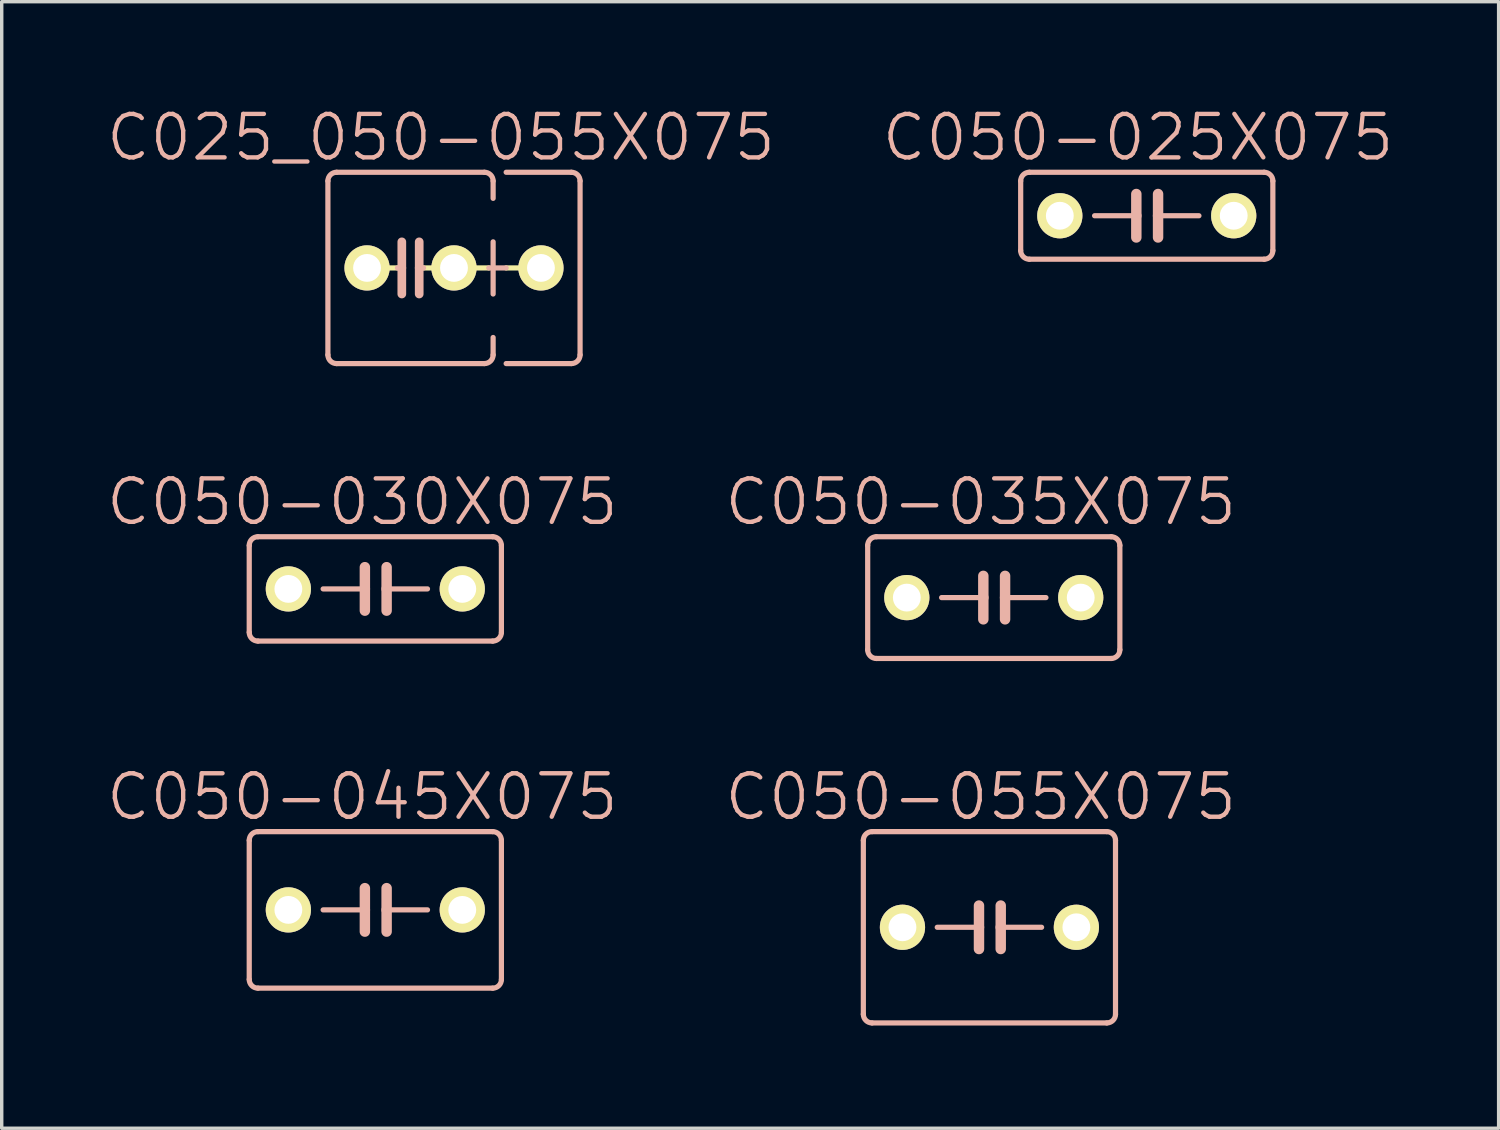
<source format=kicad_pcb>
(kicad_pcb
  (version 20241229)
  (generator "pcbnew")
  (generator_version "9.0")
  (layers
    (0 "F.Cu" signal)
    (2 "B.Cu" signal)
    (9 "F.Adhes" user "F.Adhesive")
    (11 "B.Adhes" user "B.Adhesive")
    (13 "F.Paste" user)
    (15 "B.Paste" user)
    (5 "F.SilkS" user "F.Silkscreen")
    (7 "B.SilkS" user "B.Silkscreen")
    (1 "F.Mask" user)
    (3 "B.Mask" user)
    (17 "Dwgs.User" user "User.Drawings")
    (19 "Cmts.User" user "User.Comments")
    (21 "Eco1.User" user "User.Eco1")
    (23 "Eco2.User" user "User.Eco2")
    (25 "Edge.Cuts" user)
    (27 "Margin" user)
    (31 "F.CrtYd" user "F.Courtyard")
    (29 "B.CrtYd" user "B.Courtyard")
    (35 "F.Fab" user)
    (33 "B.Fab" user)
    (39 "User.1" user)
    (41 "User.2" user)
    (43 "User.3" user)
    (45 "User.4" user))
  (footprint "C050-030X075"
    (layer "F.Cu")
    (at 7.913 14.152)
    (property "Reference" "C050-030X075" (at -0.381 -2.54 0) (layer "B.SilkS") (effects (font (size 1.27 1.27) (thickness 0.127))))
    (attr exclude_from_pos_files exclude_from_bom)
    (fp_line (start -3.683 -1.27) (end -3.683 1.27) (stroke (width 0.152) (type solid)) (layer "B.SilkS"))
    (fp_line (start -3.429 1.524) (end 3.429 1.524) (stroke (width 0.152) (type solid)) (layer "B.SilkS"))
    (fp_line (start -0.305 -0.635) (end -0.305 0) (stroke (width 0.305) (type solid)) (layer "B.SilkS"))
    (fp_line (start -0.305 0) (end -1.524 0) (stroke (width 0.152) (type solid)) (layer "B.SilkS"))
    (fp_line (start -0.305 0) (end -0.305 0.635) (stroke (width 0.305) (type solid)) (layer "B.SilkS"))
    (fp_line (start 0.33 -0.635) (end 0.33 0) (stroke (width 0.305) (type solid)) (layer "B.SilkS"))
    (fp_line (start 0.33 0) (end 0.33 0.635) (stroke (width 0.305) (type solid)) (layer "B.SilkS"))
    (fp_line (start 0.33 0) (end 1.524 0) (stroke (width 0.152) (type solid)) (layer "B.SilkS"))
    (fp_line (start 3.429 -1.524) (end -3.429 -1.524) (stroke (width 0.152) (type solid)) (layer "B.SilkS"))
    (fp_line (start 3.683 1.27) (end 3.683 -1.27) (stroke (width 0.152) (type solid)) (layer "B.SilkS"))
    (fp_arc (start -3.683 -1.27) (mid -3.608605 -1.449605) (end -3.429 -1.524) (stroke (width 0.1524) (type solid)) (layer "B.SilkS"))
    (fp_arc (start -3.429 1.524) (mid -3.608605 1.449605) (end -3.683 1.27) (stroke (width 0.1524) (type solid)) (layer "B.SilkS"))
    (fp_arc (start 3.429 -1.524) (mid 3.608605 -1.449605) (end 3.683 -1.27) (stroke (width 0.1524) (type solid)) (layer "B.SilkS"))
    (fp_arc (start 3.683 1.27) (mid 3.608605 1.449605) (end 3.429 1.524) (stroke (width 0.1524) (type solid)) (layer "B.SilkS"))
    (pad "1" thru_hole circle (at -2.54 0) (size 1.321 1.321) (drill 0.813) (layers "*.Cu" "F.Mask" "F.SilkS" "F.Paste"))
    (pad "2" thru_hole circle (at 2.54 0) (size 1.321 1.321) (drill 0.813) (layers "*.Cu" "F.Mask" "F.SilkS" "F.Paste")))
  (footprint "C025_050-055X075"
    (layer "F.Cu")
    (at 8.941 4.776)
    (property "Reference" "C025_050-055X075" (at 0.889 -3.81 0) (layer "B.SilkS") (effects (font (size 1.27 1.27) (thickness 0.127))))
    (attr exclude_from_pos_files exclude_from_bom)
    (fp_line (start -0.381 0) (end -0.762 0) (stroke (width 0.152) (type solid)) (layer "F.SilkS"))
    (fp_line (start 0.381 0) (end 0.762 0) (stroke (width 0.152) (type solid)) (layer "F.SilkS"))
    (fp_line (start 1.778 0) (end 2.286 0) (stroke (width 0.152) (type solid)) (layer "F.SilkS"))
    (fp_line (start 2.794 0) (end 3.302 0) (stroke (width 0.152) (type solid)) (layer "F.SilkS"))
    (fp_line (start -2.413 -2.54) (end -2.413 2.54) (stroke (width 0.152) (type solid)) (layer "B.SilkS"))
    (fp_line (start -2.159 -2.794) (end 2.159 -2.794) (stroke (width 0.152) (type solid)) (layer "B.SilkS"))
    (fp_line (start -0.254 -0.762) (end -0.254 0) (stroke (width 0.254) (type solid)) (layer "B.SilkS"))
    (fp_line (start -0.254 0) (end -0.381 0) (stroke (width 0.152) (type solid)) (layer "B.SilkS"))
    (fp_line (start -0.254 0) (end -0.254 0.762) (stroke (width 0.254) (type solid)) (layer "B.SilkS"))
    (fp_line (start 0.254 0) (end 0.254 -0.762) (stroke (width 0.254) (type solid)) (layer "B.SilkS"))
    (fp_line (start 0.254 0) (end 0.254 0.762) (stroke (width 0.254) (type solid)) (layer "B.SilkS"))
    (fp_line (start 0.381 0) (end 0.254 0) (stroke (width 0.152) (type solid)) (layer "B.SilkS"))
    (fp_line (start 2.159 2.794) (end -2.159 2.794) (stroke (width 0.152) (type solid)) (layer "B.SilkS"))
    (fp_line (start 2.286 0) (end 2.794 0) (stroke (width 0.152) (type solid)) (layer "B.SilkS"))
    (fp_line (start 2.413 -2.54) (end 2.413 -2.032) (stroke (width 0.152) (type solid)) (layer "B.SilkS"))
    (fp_line (start 2.413 -0.762) (end 2.413 0.762) (stroke (width 0.152) (type solid)) (layer "B.SilkS"))
    (fp_line (start 2.413 2.032) (end 2.413 2.54) (stroke (width 0.152) (type solid)) (layer "B.SilkS"))
    (fp_line (start 2.794 -2.794) (end 4.699 -2.794) (stroke (width 0.152) (type solid)) (layer "B.SilkS"))
    (fp_line (start 4.699 2.794) (end 2.794 2.794) (stroke (width 0.152) (type solid)) (layer "B.SilkS"))
    (fp_line (start 4.953 -2.54) (end 4.953 2.54) (stroke (width 0.152) (type solid)) (layer "B.SilkS"))
    (fp_arc (start -2.413 -2.54) (mid -2.338605 -2.719605) (end -2.159 -2.794) (stroke (width 0.1524) (type solid)) (layer "B.SilkS"))
    (fp_arc (start -2.159 2.794) (mid -2.338605 2.719605) (end -2.413 2.54) (stroke (width 0.1524) (type solid)) (layer "B.SilkS"))
    (fp_arc (start 2.159 -2.794) (mid 2.338605 -2.719605) (end 2.413 -2.54) (stroke (width 0.1524) (type solid)) (layer "B.SilkS"))
    (fp_arc (start 2.413 2.54) (mid 2.338605 2.719605) (end 2.159 2.794) (stroke (width 0.1524) (type solid)) (layer "B.SilkS"))
    (fp_arc (start 4.699 -2.794) (mid 4.878605 -2.719605) (end 4.953 -2.54) (stroke (width 0.1524) (type solid)) (layer "B.SilkS"))
    (fp_arc (start 4.953 2.54) (mid 4.878605 2.719605) (end 4.699 2.794) (stroke (width 0.1524) (type solid)) (layer "B.SilkS"))
    (pad "1" thru_hole circle (at -1.27 0) (size 1.321 1.321) (drill 0.813) (layers "*.Cu" "F.Mask" "F.SilkS" "F.Paste"))
    (pad "2" thru_hole circle (at 1.27 0) (size 1.321 1.321) (drill 0.813) (layers "*.Cu" "F.Mask" "F.SilkS" "F.Paste"))
    (pad "3" thru_hole circle (at 3.81 0) (size 1.321 1.321) (drill 0.813) (layers "*.Cu" "F.Mask" "F.SilkS" "F.Paste")))
  (footprint "C050-045X075"
    (layer "F.Cu")
    (at 7.913 23.528)
    (property "Reference" "C050-045X075" (at -0.381 -3.302 0) (layer "B.SilkS") (effects (font (size 1.27 1.27) (thickness 0.127))))
    (attr exclude_from_pos_files exclude_from_bom)
    (fp_line (start -3.683 -2.032) (end -3.683 2.032) (stroke (width 0.152) (type solid)) (layer "B.SilkS"))
    (fp_line (start -3.429 2.286) (end 3.429 2.286) (stroke (width 0.152) (type solid)) (layer "B.SilkS"))
    (fp_line (start -0.305 -0.635) (end -0.305 0) (stroke (width 0.305) (type solid)) (layer "B.SilkS"))
    (fp_line (start -0.305 0) (end -1.524 0) (stroke (width 0.152) (type solid)) (layer "B.SilkS"))
    (fp_line (start -0.305 0) (end -0.305 0.635) (stroke (width 0.305) (type solid)) (layer "B.SilkS"))
    (fp_line (start 0.33 -0.635) (end 0.33 0) (stroke (width 0.305) (type solid)) (layer "B.SilkS"))
    (fp_line (start 0.33 0) (end 0.33 0.635) (stroke (width 0.305) (type solid)) (layer "B.SilkS"))
    (fp_line (start 0.33 0) (end 1.524 0) (stroke (width 0.152) (type solid)) (layer "B.SilkS"))
    (fp_line (start 3.429 -2.286) (end -3.429 -2.286) (stroke (width 0.152) (type solid)) (layer "B.SilkS"))
    (fp_line (start 3.683 2.032) (end 3.683 -2.032) (stroke (width 0.152) (type solid)) (layer "B.SilkS"))
    (fp_arc (start -3.683 -2.032) (mid -3.608605 -2.211605) (end -3.429 -2.286) (stroke (width 0.1524) (type solid)) (layer "B.SilkS"))
    (fp_arc (start -3.429 2.286) (mid -3.608605 2.211605) (end -3.683 2.032) (stroke (width 0.1524) (type solid)) (layer "B.SilkS"))
    (fp_arc (start 3.429 -2.286) (mid 3.608605 -2.211605) (end 3.683 -2.032) (stroke (width 0.1524) (type solid)) (layer "B.SilkS"))
    (fp_arc (start 3.683 2.032) (mid 3.608605 2.211605) (end 3.429 2.286) (stroke (width 0.1524) (type solid)) (layer "B.SilkS"))
    (pad "1" thru_hole circle (at -2.54 0) (size 1.321 1.321) (drill 0.813) (layers "*.Cu" "F.Mask" "F.SilkS" "F.Paste"))
    (pad "2" thru_hole circle (at 2.54 0) (size 1.321 1.321) (drill 0.813) (layers "*.Cu" "F.Mask" "F.SilkS" "F.Paste")))
  (footprint "C050-055X075"
    (layer "F.Cu")
    (at 25.851 24.036)
    (property "Reference" "C050-055X075" (at -0.254 -3.81 0) (layer "B.SilkS") (effects (font (size 1.27 1.27) (thickness 0.127))))
    (attr exclude_from_pos_files exclude_from_bom)
    (fp_line (start -3.683 -2.54) (end -3.683 2.54) (stroke (width 0.152) (type solid)) (layer "B.SilkS"))
    (fp_line (start -3.429 2.794) (end 3.429 2.794) (stroke (width 0.152) (type solid)) (layer "B.SilkS"))
    (fp_line (start -0.305 -0.635) (end -0.305 0) (stroke (width 0.305) (type solid)) (layer "B.SilkS"))
    (fp_line (start -0.305 0) (end -1.524 0) (stroke (width 0.152) (type solid)) (layer "B.SilkS"))
    (fp_line (start -0.305 0) (end -0.305 0.635) (stroke (width 0.305) (type solid)) (layer "B.SilkS"))
    (fp_line (start 0.33 -0.635) (end 0.33 0) (stroke (width 0.305) (type solid)) (layer "B.SilkS"))
    (fp_line (start 0.33 0) (end 0.33 0.635) (stroke (width 0.305) (type solid)) (layer "B.SilkS"))
    (fp_line (start 0.33 0) (end 1.524 0) (stroke (width 0.152) (type solid)) (layer "B.SilkS"))
    (fp_line (start 3.429 -2.794) (end -3.429 -2.794) (stroke (width 0.152) (type solid)) (layer "B.SilkS"))
    (fp_line (start 3.683 2.54) (end 3.683 -2.54) (stroke (width 0.152) (type solid)) (layer "B.SilkS"))
    (fp_arc (start -3.683 -2.54) (mid -3.608605 -2.719605) (end -3.429 -2.794) (stroke (width 0.1524) (type solid)) (layer "B.SilkS"))
    (fp_arc (start -3.429 2.794) (mid -3.608605 2.719605) (end -3.683 2.54) (stroke (width 0.1524) (type solid)) (layer "B.SilkS"))
    (fp_arc (start 3.429 -2.794) (mid 3.608605 -2.719605) (end 3.683 -2.54) (stroke (width 0.1524) (type solid)) (layer "B.SilkS"))
    (fp_arc (start 3.683 2.54) (mid 3.608605 2.719605) (end 3.429 2.794) (stroke (width 0.1524) (type solid)) (layer "B.SilkS"))
    (pad "1" thru_hole circle (at -2.54 0) (size 1.321 1.321) (drill 0.813) (layers "*.Cu" "F.Mask" "F.SilkS" "F.Paste"))
    (pad "2" thru_hole circle (at 2.54 0) (size 1.321 1.321) (drill 0.813) (layers "*.Cu" "F.Mask" "F.SilkS" "F.Paste")))
  (footprint "C050-035X075"
    (layer "F.Cu")
    (at 25.978 14.406)
    (property "Reference" "C050-035X075" (at -0.381 -2.794 0) (layer "B.SilkS") (effects (font (size 1.27 1.27) (thickness 0.127))))
    (attr exclude_from_pos_files exclude_from_bom)
    (fp_line (start -3.683 -1.524) (end -3.683 1.524) (stroke (width 0.152) (type solid)) (layer "B.SilkS"))
    (fp_line (start -3.429 1.778) (end 3.429 1.778) (stroke (width 0.152) (type solid)) (layer "B.SilkS"))
    (fp_line (start -0.305 -0.635) (end -0.305 0) (stroke (width 0.305) (type solid)) (layer "B.SilkS"))
    (fp_line (start -0.305 0) (end -1.524 0) (stroke (width 0.152) (type solid)) (layer "B.SilkS"))
    (fp_line (start -0.305 0) (end -0.305 0.635) (stroke (width 0.305) (type solid)) (layer "B.SilkS"))
    (fp_line (start 0.33 -0.635) (end 0.33 0) (stroke (width 0.305) (type solid)) (layer "B.SilkS"))
    (fp_line (start 0.33 0) (end 0.33 0.635) (stroke (width 0.305) (type solid)) (layer "B.SilkS"))
    (fp_line (start 0.33 0) (end 1.524 0) (stroke (width 0.152) (type solid)) (layer "B.SilkS"))
    (fp_line (start 3.429 -1.778) (end -3.429 -1.778) (stroke (width 0.152) (type solid)) (layer "B.SilkS"))
    (fp_line (start 3.683 1.524) (end 3.683 -1.524) (stroke (width 0.152) (type solid)) (layer "B.SilkS"))
    (fp_arc (start -3.683 -1.524) (mid -3.608605 -1.703605) (end -3.429 -1.778) (stroke (width 0.1524) (type solid)) (layer "B.SilkS"))
    (fp_arc (start -3.429 1.778) (mid -3.608605 1.703605) (end -3.683 1.524) (stroke (width 0.1524) (type solid)) (layer "B.SilkS"))
    (fp_arc (start 3.429 -1.778) (mid 3.608605 -1.703605) (end 3.683 -1.524) (stroke (width 0.1524) (type solid)) (layer "B.SilkS"))
    (fp_arc (start 3.683 1.524) (mid 3.608605 1.703605) (end 3.429 1.778) (stroke (width 0.1524) (type solid)) (layer "B.SilkS"))
    (pad "1" thru_hole circle (at -2.54 0) (size 1.321 1.321) (drill 0.813) (layers "*.Cu" "F.Mask" "F.SilkS" "F.Paste"))
    (pad "2" thru_hole circle (at 2.54 0) (size 1.321 1.321) (drill 0.813) (layers "*.Cu" "F.Mask" "F.SilkS" "F.Paste")))
  (footprint "C050-025X075"
    (layer "F.Cu")
    (at 30.447 3.252)
    (property "Reference" "C050-025X075" (at -0.254 -2.286 0) (layer "B.SilkS") (effects (font (size 1.27 1.27) (thickness 0.127))))
    (attr exclude_from_pos_files exclude_from_bom)
    (fp_line (start -3.683 -1.016) (end -3.683 1.016) (stroke (width 0.152) (type solid)) (layer "B.SilkS"))
    (fp_line (start -3.429 1.27) (end 3.429 1.27) (stroke (width 0.152) (type solid)) (layer "B.SilkS"))
    (fp_line (start -0.305 -0.635) (end -0.305 0) (stroke (width 0.305) (type solid)) (layer "B.SilkS"))
    (fp_line (start -0.305 0) (end -1.524 0) (stroke (width 0.152) (type solid)) (layer "B.SilkS"))
    (fp_line (start -0.305 0) (end -0.305 0.635) (stroke (width 0.305) (type solid)) (layer "B.SilkS"))
    (fp_line (start 0.33 -0.635) (end 0.33 0) (stroke (width 0.305) (type solid)) (layer "B.SilkS"))
    (fp_line (start 0.33 0) (end 0.33 0.635) (stroke (width 0.305) (type solid)) (layer "B.SilkS"))
    (fp_line (start 0.33 0) (end 1.524 0) (stroke (width 0.152) (type solid)) (layer "B.SilkS"))
    (fp_line (start 3.429 -1.27) (end -3.429 -1.27) (stroke (width 0.152) (type solid)) (layer "B.SilkS"))
    (fp_line (start 3.683 1.016) (end 3.683 -1.016) (stroke (width 0.152) (type solid)) (layer "B.SilkS"))
    (fp_arc (start -3.683 -1.016) (mid -3.608605 -1.195605) (end -3.429 -1.27) (stroke (width 0.1524) (type solid)) (layer "B.SilkS"))
    (fp_arc (start -3.429 1.27) (mid -3.608605 1.195605) (end -3.683 1.016) (stroke (width 0.1524) (type solid)) (layer "B.SilkS"))
    (fp_arc (start 3.429 -1.27) (mid 3.608605 -1.195605) (end 3.683 -1.016) (stroke (width 0.1524) (type solid)) (layer "B.SilkS"))
    (fp_arc (start 3.683 1.016) (mid 3.608605 1.195605) (end 3.429 1.27) (stroke (width 0.1524) (type solid)) (layer "B.SilkS"))
    (pad "1" thru_hole circle (at -2.54 0) (size 1.321 1.321) (drill 0.813) (layers "*.Cu" "F.Mask" "F.SilkS" "F.Paste"))
    (pad "2" thru_hole circle (at 2.54 0) (size 1.321 1.321) (drill 0.813) (layers "*.Cu" "F.Mask" "F.SilkS" "F.Paste")))
  (gr_rect
    (start -3 -3)
    (end 40.725 29.906)
    (stroke (width 0.1) (type default))
    (fill no)
    (layer "Edge.Cuts")))
</source>
